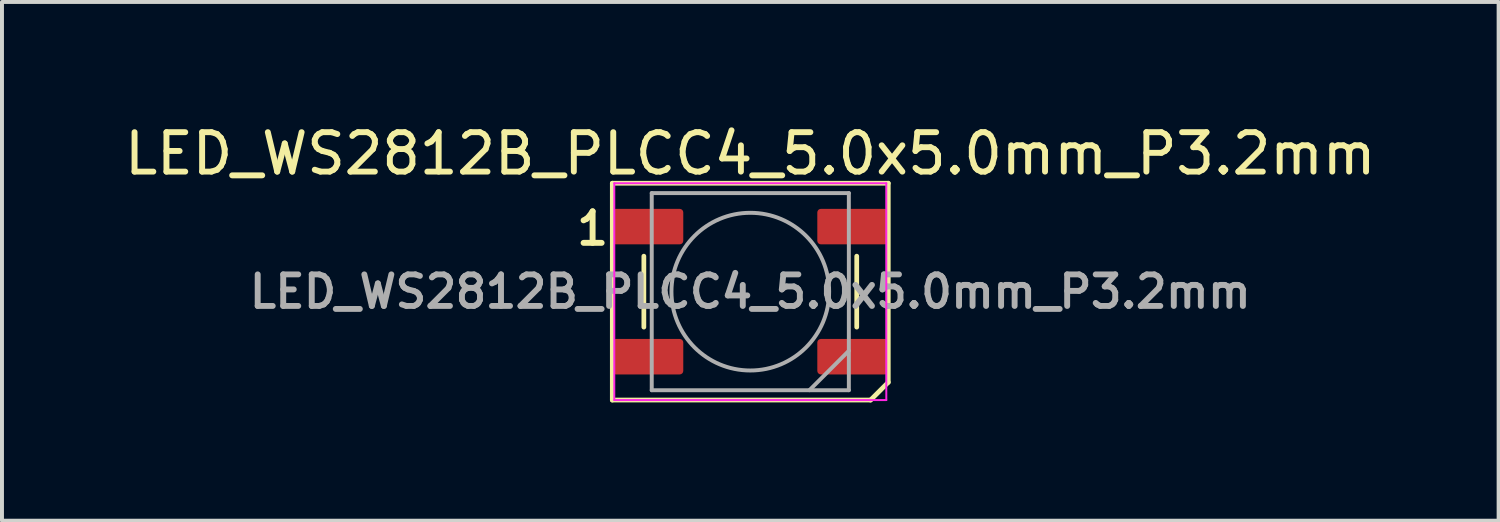
<source format=kicad_pcb>
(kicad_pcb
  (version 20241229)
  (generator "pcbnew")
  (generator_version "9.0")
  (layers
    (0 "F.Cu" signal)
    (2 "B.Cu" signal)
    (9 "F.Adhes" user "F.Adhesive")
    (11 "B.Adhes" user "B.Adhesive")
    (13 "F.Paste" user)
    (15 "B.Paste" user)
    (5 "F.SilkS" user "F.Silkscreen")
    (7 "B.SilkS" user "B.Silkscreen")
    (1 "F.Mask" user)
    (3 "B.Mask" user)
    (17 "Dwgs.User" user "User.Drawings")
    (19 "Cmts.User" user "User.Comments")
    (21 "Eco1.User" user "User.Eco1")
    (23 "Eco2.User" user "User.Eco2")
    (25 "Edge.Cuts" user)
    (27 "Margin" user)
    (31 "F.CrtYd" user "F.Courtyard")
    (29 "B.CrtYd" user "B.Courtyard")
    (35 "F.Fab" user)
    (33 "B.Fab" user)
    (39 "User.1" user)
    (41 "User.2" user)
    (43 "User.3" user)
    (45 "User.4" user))
  (footprint "LED_WS2812B_PLCC4_5.0x5.0mm_P3.2mm"
    (layer "F.Cu")
    (at 15.982 4.348)
    (property "Reference" "LED_WS2812B_PLCC4_5.0x5.0mm_P3.2mm" (at 0 -3.5 0) (layer "F.SilkS") (effects (font (size 1 1) (thickness 0.15))))
    (attr smd)
    (fp_line (start -3.5 -2.75) (end -3.5 2.75) (stroke (width 0.12) (type default)) (layer "F.SilkS"))
    (fp_line (start -3.5 -2.75) (end 3.5 -2.75) (stroke (width 0.12) (type solid)) (layer "F.SilkS"))
    (fp_line (start -3.5 2.75) (end 3.05 2.75) (stroke (width 0.12) (type solid)) (layer "F.SilkS"))
    (fp_line (start -2.7 0.9) (end -2.7 -0.9) (stroke (width 0.12) (type default)) (layer "F.SilkS"))
    (fp_line (start 2.7 0.9) (end 2.7 -0.9) (stroke (width 0.12) (type default)) (layer "F.SilkS"))
    (fp_line (start 3.05 2.75) (end 3.5 2.3) (stroke (width 0.12) (type default)) (layer "F.SilkS"))
    (fp_line (start 3.5 2.3) (end 3.5 -2.75) (stroke (width 0.12) (type default)) (layer "F.SilkS"))
    (fp_line (start -3.45 -2.75) (end -3.45 2.75) (stroke (width 0.05) (type solid)) (layer "F.CrtYd"))
    (fp_line (start -3.45 2.75) (end 3.45 2.75) (stroke (width 0.05) (type solid)) (layer "F.CrtYd"))
    (fp_line (start 3.45 -2.75) (end -3.45 -2.75) (stroke (width 0.05) (type solid)) (layer "F.CrtYd"))
    (fp_line (start 3.45 2.75) (end 3.45 -2.75) (stroke (width 0.05) (type solid)) (layer "F.CrtYd"))
    (fp_line (start -2.5 -2.5) (end -2.5 2.5) (stroke (width 0.1) (type solid)) (layer "F.Fab"))
    (fp_line (start -2.5 2.5) (end 2.5 2.5) (stroke (width 0.1) (type solid)) (layer "F.Fab"))
    (fp_line (start 2.5 -2.5) (end -2.5 -2.5) (stroke (width 0.1) (type solid)) (layer "F.Fab"))
    (fp_line (start 2.5 1.5) (end 1.5 2.5) (stroke (width 0.1) (type solid)) (layer "F.Fab"))
    (fp_line (start 2.5 2.5) (end 2.5 -2.5) (stroke (width 0.1) (type solid)) (layer "F.Fab"))
    (fp_circle (center 0 0) (end 0 -2) (stroke (width 0.1) (type solid)) (fill no) (layer "F.Fab"))
    (fp_text user "1" (at -4 -1.6 0) (unlocked yes) (layer "F.SilkS") (effects (font (size 0.8 0.8) (thickness 0.15))))
    (fp_text user "${REFERENCE}" (at 0 0 0) (layer "F.Fab") (effects (font (size 0.8 0.8) (thickness 0.15))))
    (pad "1" smd roundrect (at -2.6 -1.65) (size 1.8 0.9) (layers "F.Cu" "F.Mask" "F.Paste") (roundrect_rratio 0.1))
    (pad "2" smd roundrect (at -2.6 1.65) (size 1.8 0.9) (layers "F.Cu" "F.Mask" "F.Paste") (roundrect_rratio 0.1))
    (pad "3" smd roundrect (at 2.6 1.65) (size 1.8 0.9) (layers "F.Cu" "F.Mask" "F.Paste") (roundrect_rratio 0.1))
    (pad "4" smd roundrect (at 2.6 -1.65) (size 1.8 0.9) (layers "F.Cu" "F.Mask" "F.Paste") (roundrect_rratio 0.1)))
  (gr_rect
    (start -3 -3)
    (end 34.964 10.158)
    (stroke (width 0.1) (type default))
    (fill no)
    (layer "Edge.Cuts")))
</source>
